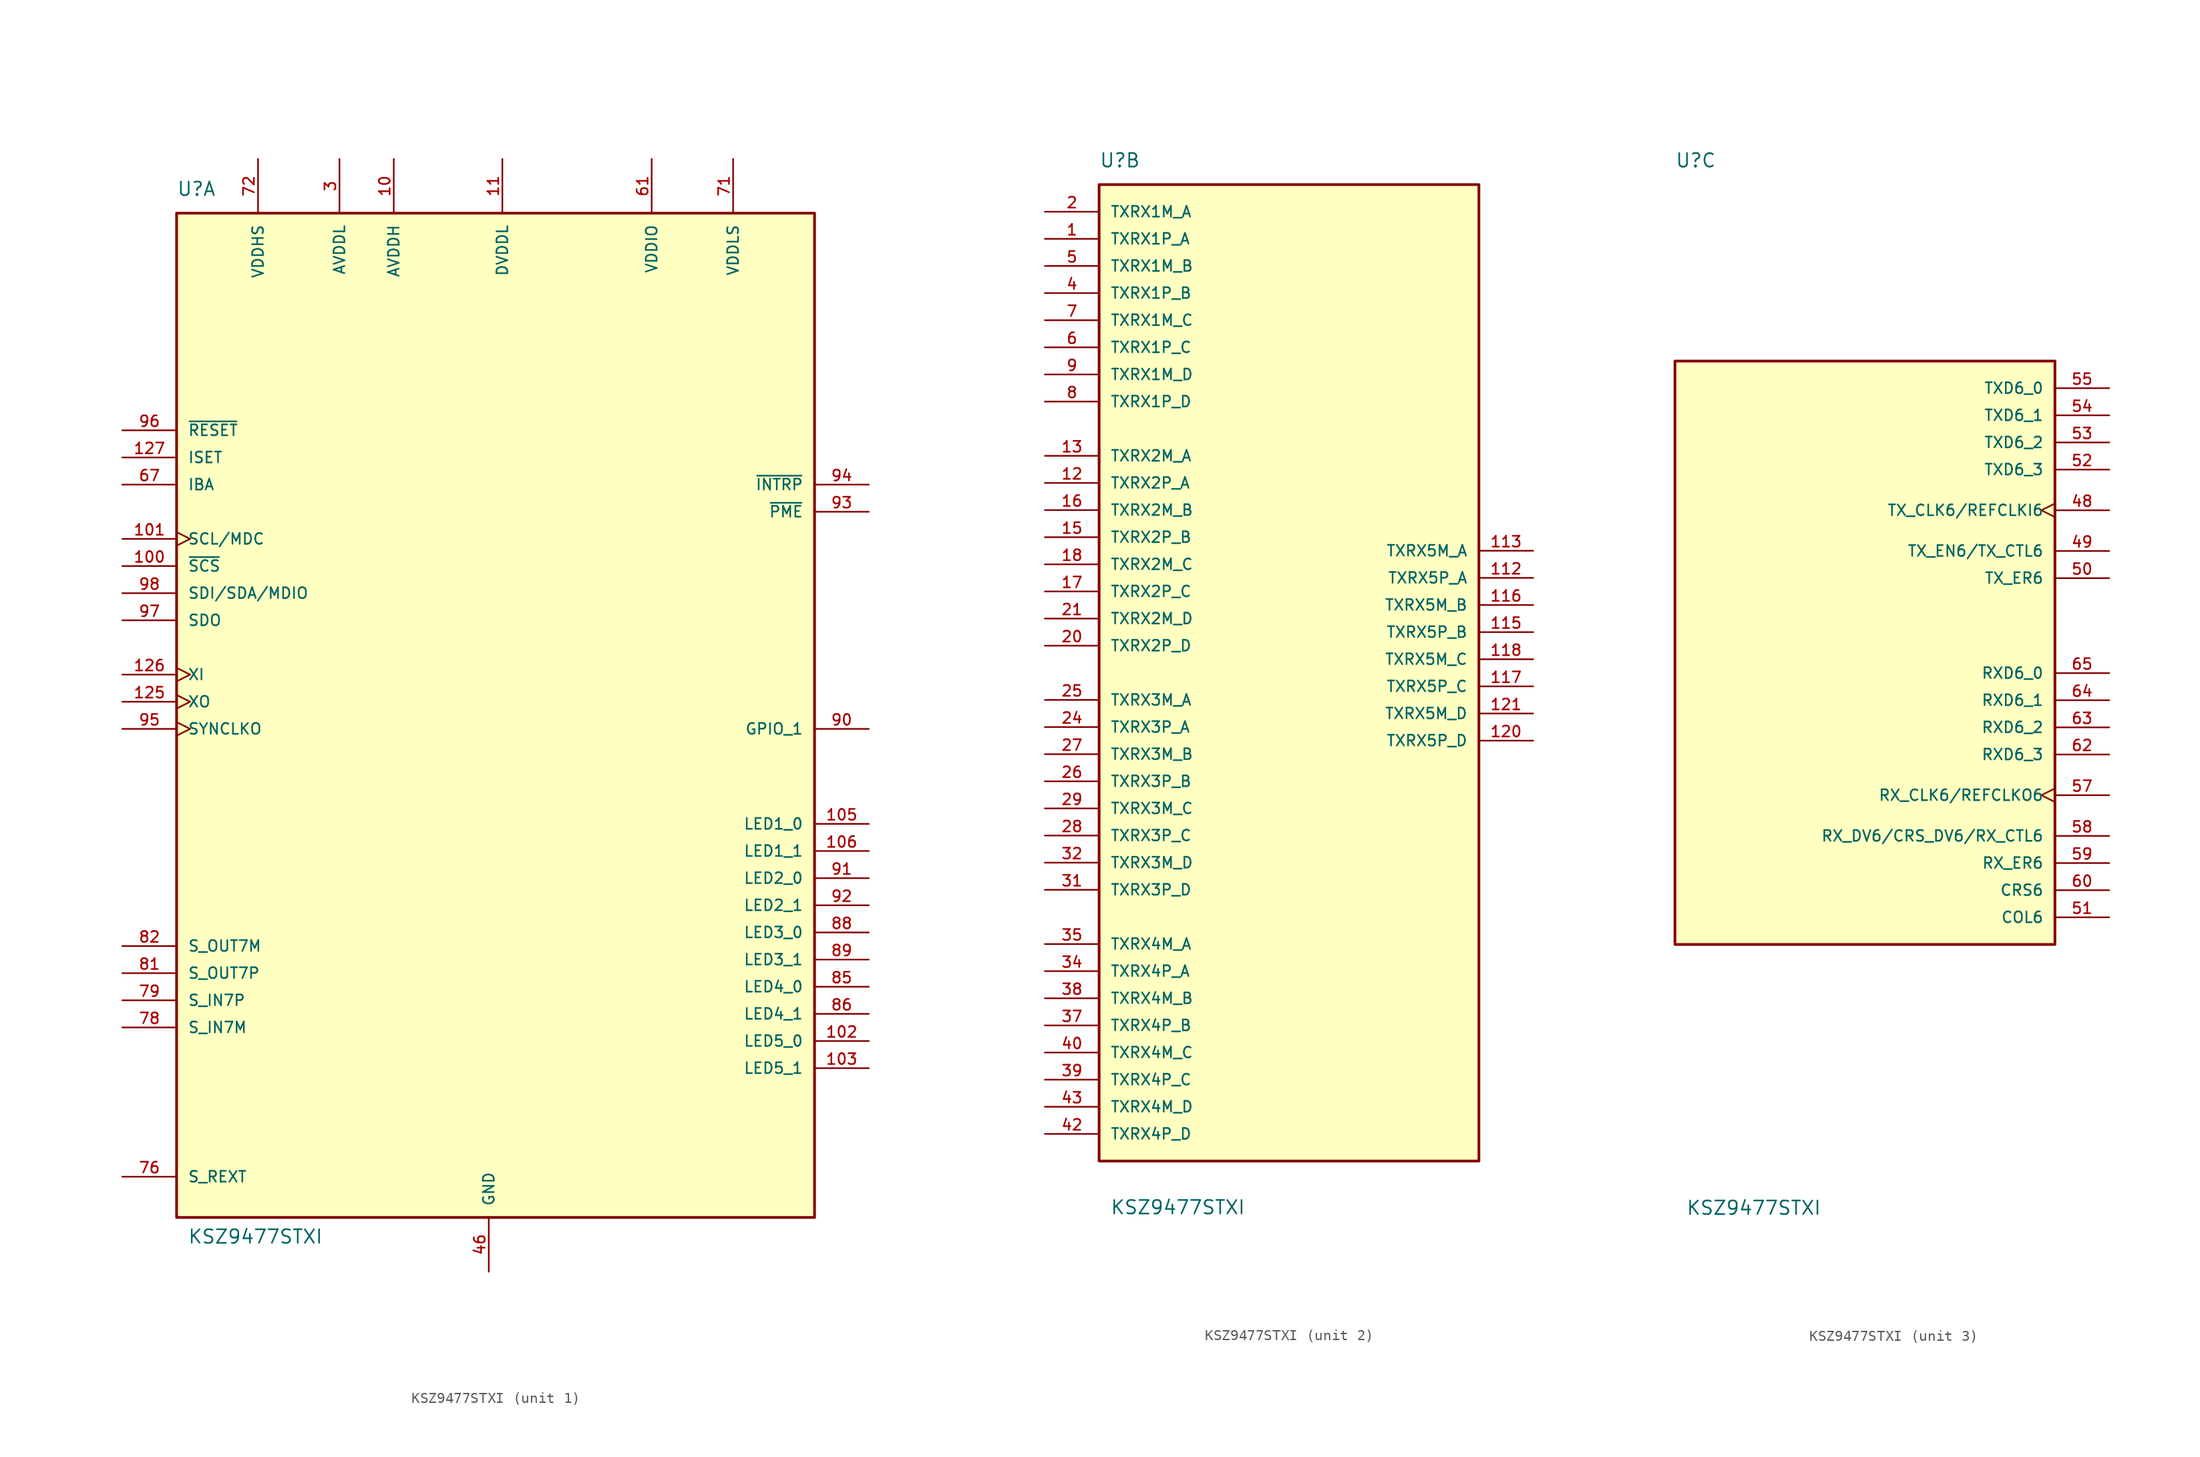
<source format=kicad_sym>
(kicad_symbol_lib
  (version 20241209)
  (generator "kicad_symbol_editor")
  (generator_version "9.0")
  (symbol "KSZ9477STXI"
    (pin_names
      (offset 1.016))
    (property "Reference" "U"
      (at -17.78 34.544 0)
      (effects (font (size 1.27 1.27)) (justify left bottom)))
    (property "Value" "KSZ9477STXI"
      (at -16.764 -63.5 0)
      (effects (font (size 1.27 1.27)) (justify left bottom)))
    (symbol "KSZ9477STXI_1_0"
      (rectangle (start -17.78 33.02) (end 41.91 -60.96) (stroke (width 0.254) (type solid)) (fill (type background)))
      (pin input line (at -22.86 12.7 0) (length 5.08) (name "~{RESET}" (effects (font (size 1.016 1.016)))) (number "96" (effects (font (size 1.016 1.016)))))
      (pin input line (at -22.86 10.16 0) (length 5.08) (name "ISET" (effects (font (size 1.016 1.016)))) (number "127" (effects (font (size 1.016 1.016)))))
      (pin input line (at -22.86 7.62 0) (length 5.08) (name "IBA" (effects (font (size 1.016 1.016)))) (number "67" (effects (font (size 1.016 1.016)))))
      (pin input clock (at -22.86 2.54 0) (length 5.08) (name "SCL/MDC" (effects (font (size 1.016 1.016)))) (number "101" (effects (font (size 1.016 1.016)))))
      (pin input line (at -22.86 0 0) (length 5.08) (name "~{SCS}" (effects (font (size 1.016 1.016)))) (number "100" (effects (font (size 1.016 1.016)))))
      (pin bidirectional line (at -22.86 -2.54 0) (length 5.08) (name "SDI/SDA/MDIO" (effects (font (size 1.016 1.016)))) (number "98" (effects (font (size 1.016 1.016)))))
      (pin output line (at -22.86 -5.08 0) (length 5.08) (name "SDO" (effects (font (size 1.016 1.016)))) (number "97" (effects (font (size 1.016 1.016)))))
      (pin input clock (at -22.86 -10.16 0) (length 5.08) (name "XI" (effects (font (size 1.016 1.016)))) (number "126" (effects (font (size 1.016 1.016)))))
      (pin output clock (at -22.86 -12.7 0) (length 5.08) (name "XO" (effects (font (size 1.016 1.016)))) (number "125" (effects (font (size 1.016 1.016)))))
      (pin bidirectional clock (at -22.86 -15.24 0) (length 5.08) (name "SYNCLKO" (effects (font (size 1.016 1.016)))) (number "95" (effects (font (size 1.016 1.016)))))
      (pin output line (at -22.86 -35.56 0) (length 5.08) (name "S_OUT7M" (effects (font (size 1.016 1.016)))) (number "82" (effects (font (size 1.016 1.016)))))
      (pin output line (at -22.86 -38.1 0) (length 5.08) (name "S_OUT7P" (effects (font (size 1.016 1.016)))) (number "81" (effects (font (size 1.016 1.016)))))
      (pin input line (at -22.86 -40.64 0) (length 5.08) (name "S_IN7P" (effects (font (size 1.016 1.016)))) (number "79" (effects (font (size 1.016 1.016)))))
      (pin input line (at -22.86 -43.18 0) (length 5.08) (name "S_IN7M" (effects (font (size 1.016 1.016)))) (number "78" (effects (font (size 1.016 1.016)))))
      (pin passive line (at -22.86 -57.15 0) (length 5.08) (name "S_REXT" (effects (font (size 1.016 1.016)))) (number "76" (effects (font (size 1.016 1.016)))))
      (pin power_in line (at -10.16 38.1 270) (length 5.08) (name "VDDHS" (effects (font (size 1.016 1.016)))) (number "72" (effects (font (size 1.016 1.016)))))
      (pin power_in line (at -10.16 38.1 270) (length 5.08) (hide yes) (name "VDDHS" (effects (font (size 1.016 1.016)))) (number "83" (effects (font (size 1.016 1.016)))))
      (pin power_in line (at -2.54 38.1 270) (length 5.08) (hide yes) (name "AVDDL" (effects (font (size 1.016 1.016)))) (number "114" (effects (font (size 1.016 1.016)))))
      (pin power_in line (at -2.54 38.1 270) (length 5.08) (hide yes) (name "AVDDL" (effects (font (size 1.016 1.016)))) (number "119" (effects (font (size 1.016 1.016)))))
      (pin power_in line (at -2.54 38.1 270) (length 5.08) (hide yes) (name "AVDDL" (effects (font (size 1.016 1.016)))) (number "124" (effects (font (size 1.016 1.016)))))
      (pin power_in line (at -2.54 38.1 270) (length 5.08) (hide yes) (name "AVDDL" (effects (font (size 1.016 1.016)))) (number "14" (effects (font (size 1.016 1.016)))))
      (pin power_in line (at -2.54 38.1 270) (length 5.08) (hide yes) (name "AVDDL" (effects (font (size 1.016 1.016)))) (number "19" (effects (font (size 1.016 1.016)))))
      (pin power_in line (at -2.54 38.1 270) (length 5.08) (name "AVDDL" (effects (font (size 1.016 1.016)))) (number "3" (effects (font (size 1.016 1.016)))))
      (pin power_in line (at -2.54 38.1 270) (length 5.08) (hide yes) (name "AVDDL" (effects (font (size 1.016 1.016)))) (number "30" (effects (font (size 1.016 1.016)))))
      (pin power_in line (at -2.54 38.1 270) (length 5.08) (hide yes) (name "AVDDL" (effects (font (size 1.016 1.016)))) (number "36" (effects (font (size 1.016 1.016)))))
      (pin power_in line (at -2.54 38.1 270) (length 5.08) (hide yes) (name "AVDDL" (effects (font (size 1.016 1.016)))) (number "41" (effects (font (size 1.016 1.016)))))
      (pin power_in line (at 2.54 38.1 270) (length 5.08) (name "AVDDH" (effects (font (size 1.016 1.016)))) (number "10" (effects (font (size 1.016 1.016)))))
      (pin power_in line (at 2.54 38.1 270) (length 5.08) (hide yes) (name "AVDDH" (effects (font (size 1.016 1.016)))) (number "111" (effects (font (size 1.016 1.016)))))
      (pin power_in line (at 2.54 38.1 270) (length 5.08) (hide yes) (name "AVDDH" (effects (font (size 1.016 1.016)))) (number "122" (effects (font (size 1.016 1.016)))))
      (pin power_in line (at 2.54 38.1 270) (length 5.08) (hide yes) (name "AVDDH" (effects (font (size 1.016 1.016)))) (number "128" (effects (font (size 1.016 1.016)))))
      (pin power_in line (at 2.54 38.1 270) (length 5.08) (hide yes) (name "AVDDH" (effects (font (size 1.016 1.016)))) (number "22" (effects (font (size 1.016 1.016)))))
      (pin power_in line (at 2.54 38.1 270) (length 5.08) (hide yes) (name "AVDDH" (effects (font (size 1.016 1.016)))) (number "33" (effects (font (size 1.016 1.016)))))
      (pin power_in line (at 2.54 38.1 270) (length 5.08) (hide yes) (name "AVDDH" (effects (font (size 1.016 1.016)))) (number "44" (effects (font (size 1.016 1.016)))))
      (pin power_in line (at 11.43 -66.04 90) (length 5.08) (hide yes) (name "GND__6" (effects (font (size 1.016 1.016)))) (number "107" (effects (font (size 1.016 1.016)))))
      (pin power_in line (at 11.43 -66.04 90) (length 5.08) (hide yes) (name "GND__7" (effects (font (size 1.016 1.016)))) (number "109" (effects (font (size 1.016 1.016)))))
      (pin power_in line (at 11.43 -66.04 90) (length 5.08) (hide yes) (name "GND__8" (effects (font (size 1.016 1.016)))) (number "123" (effects (font (size 1.016 1.016)))))
      (pin power_in line (at 11.43 -66.04 90) (length 5.08) (hide yes) (name "GND__9" (effects (font (size 1.016 1.016)))) (number "129" (effects (font (size 1.016 1.016)))))
      (pin power_in line (at 11.43 -66.04 90) (length 5.08) (name "GND" (effects (font (size 1.016 1.016)))) (number "46" (effects (font (size 1.016 1.016)))))
      (pin power_in line (at 11.43 -66.04 90) (length 5.08) (hide yes) (name "GND__1" (effects (font (size 1.016 1.016)))) (number "47" (effects (font (size 1.016 1.016)))))
      (pin power_in line (at 11.43 -66.04 90) (length 5.08) (hide yes) (name "GND__2" (effects (font (size 1.016 1.016)))) (number "69" (effects (font (size 1.016 1.016)))))
      (pin power_in line (at 11.43 -66.04 90) (length 5.08) (hide yes) (name "GND__3" (effects (font (size 1.016 1.016)))) (number "75" (effects (font (size 1.016 1.016)))))
      (pin power_in line (at 11.43 -66.04 90) (length 5.08) (hide yes) (name "GND__4" (effects (font (size 1.016 1.016)))) (number "77" (effects (font (size 1.016 1.016)))))
      (pin power_in line (at 11.43 -66.04 90) (length 5.08) (hide yes) (name "GND__5" (effects (font (size 1.016 1.016)))) (number "80" (effects (font (size 1.016 1.016)))))
      (pin power_in line (at 12.7 38.1 270) (length 5.08) (hide yes) (name "DVDDL" (effects (font (size 1.016 1.016)))) (number "104" (effects (font (size 1.016 1.016)))))
      (pin power_in line (at 12.7 38.1 270) (length 5.08) (name "DVDDL" (effects (font (size 1.016 1.016)))) (number "11" (effects (font (size 1.016 1.016)))))
      (pin power_in line (at 12.7 38.1 270) (length 5.08) (hide yes) (name "DVDDL" (effects (font (size 1.016 1.016)))) (number "110" (effects (font (size 1.016 1.016)))))
      (pin power_in line (at 12.7 38.1 270) (length 5.08) (hide yes) (name "DVDDL" (effects (font (size 1.016 1.016)))) (number "23" (effects (font (size 1.016 1.016)))))
      (pin power_in line (at 12.7 38.1 270) (length 5.08) (hide yes) (name "DVDDL" (effects (font (size 1.016 1.016)))) (number "45" (effects (font (size 1.016 1.016)))))
      (pin power_in line (at 12.7 38.1 270) (length 5.08) (hide yes) (name "DVDDL" (effects (font (size 1.016 1.016)))) (number "56" (effects (font (size 1.016 1.016)))))
      (pin power_in line (at 12.7 38.1 270) (length 5.08) (hide yes) (name "DVDDL" (effects (font (size 1.016 1.016)))) (number "66" (effects (font (size 1.016 1.016)))))
      (pin power_in line (at 12.7 38.1 270) (length 5.08) (hide yes) (name "DVDDL" (effects (font (size 1.016 1.016)))) (number "70" (effects (font (size 1.016 1.016)))))
      (pin power_in line (at 12.7 38.1 270) (length 5.08) (hide yes) (name "DVDDL" (effects (font (size 1.016 1.016)))) (number "87" (effects (font (size 1.016 1.016)))))
      (pin power_in line (at 26.67 38.1 270) (length 5.08) (name "VDDIO" (effects (font (size 1.016 1.016)))) (number "61" (effects (font (size 1.016 1.016)))))
      (pin power_in line (at 26.67 38.1 270) (length 5.08) (hide yes) (name "VDDIO" (effects (font (size 1.016 1.016)))) (number "68" (effects (font (size 1.016 1.016)))))
      (pin power_in line (at 26.67 38.1 270) (length 5.08) (hide yes) (name "VDDIO" (effects (font (size 1.016 1.016)))) (number "99" (effects (font (size 1.016 1.016)))))
      (pin power_in line (at 34.29 38.1 270) (length 5.08) (name "VDDLS" (effects (font (size 1.016 1.016)))) (number "71" (effects (font (size 1.016 1.016)))))
      (pin power_in line (at 34.29 38.1 270) (length 5.08) (hide yes) (name "VDDLS" (effects (font (size 1.016 1.016)))) (number "84" (effects (font (size 1.016 1.016)))))
      (pin output line (at 46.99 7.62 180) (length 5.08) (name "~{INTRP}" (effects (font (size 1.016 1.016)))) (number "94" (effects (font (size 1.016 1.016)))))
      (pin output line (at 46.99 5.08 180) (length 5.08) (name "~{PME}" (effects (font (size 1.016 1.016)))) (number "93" (effects (font (size 1.016 1.016)))))
      (pin bidirectional line (at 46.99 -15.24 180) (length 5.08) (name "GPIO_1" (effects (font (size 1.016 1.016)))) (number "90" (effects (font (size 1.016 1.016)))))
      (pin bidirectional line (at 46.99 -24.13 180) (length 5.08) (name "LED1_0" (effects (font (size 1.016 1.016)))) (number "105" (effects (font (size 1.016 1.016)))))
      (pin bidirectional line (at 46.99 -26.67 180) (length 5.08) (name "LED1_1" (effects (font (size 1.016 1.016)))) (number "106" (effects (font (size 1.016 1.016)))))
      (pin bidirectional line (at 46.99 -29.21 180) (length 5.08) (name "LED2_0" (effects (font (size 1.016 1.016)))) (number "91" (effects (font (size 1.016 1.016)))))
      (pin bidirectional line (at 46.99 -31.75 180) (length 5.08) (name "LED2_1" (effects (font (size 1.016 1.016)))) (number "92" (effects (font (size 1.016 1.016)))))
      (pin bidirectional line (at 46.99 -34.29 180) (length 5.08) (name "LED3_0" (effects (font (size 1.016 1.016)))) (number "88" (effects (font (size 1.016 1.016)))))
      (pin bidirectional line (at 46.99 -36.83 180) (length 5.08) (name "LED3_1" (effects (font (size 1.016 1.016)))) (number "89" (effects (font (size 1.016 1.016)))))
      (pin bidirectional line (at 46.99 -39.37 180) (length 5.08) (name "LED4_0" (effects (font (size 1.016 1.016)))) (number "85" (effects (font (size 1.016 1.016)))))
      (pin bidirectional line (at 46.99 -41.91 180) (length 5.08) (name "LED4_1" (effects (font (size 1.016 1.016)))) (number "86" (effects (font (size 1.016 1.016)))))
      (pin bidirectional line (at 46.99 -44.45 180) (length 5.08) (name "LED5_0" (effects (font (size 1.016 1.016)))) (number "102" (effects (font (size 1.016 1.016)))))
      (pin bidirectional line (at 46.99 -46.99 180) (length 5.08) (name "LED5_1" (effects (font (size 1.016 1.016)))) (number "103" (effects (font (size 1.016 1.016))))))
    (symbol "KSZ9477STXI_2_0"
      (rectangle (start -17.78 33.02) (end 17.78 -58.42) (stroke (width 0.254) (type default)) (fill (type background)))
      (pin bidirectional line (at -22.86 30.48 0) (length 5.08) (name "TXRX1M_A" (effects (font (size 1.016 1.016)))) (number "2" (effects (font (size 1.016 1.016)))))
      (pin bidirectional line (at -22.86 27.94 0) (length 5.08) (name "TXRX1P_A" (effects (font (size 1.016 1.016)))) (number "1" (effects (font (size 1.016 1.016)))))
      (pin bidirectional line (at -22.86 25.4 0) (length 5.08) (name "TXRX1M_B" (effects (font (size 1.016 1.016)))) (number "5" (effects (font (size 1.016 1.016)))))
      (pin bidirectional line (at -22.86 22.86 0) (length 5.08) (name "TXRX1P_B" (effects (font (size 1.016 1.016)))) (number "4" (effects (font (size 1.016 1.016)))))
      (pin bidirectional line (at -22.86 20.32 0) (length 5.08) (name "TXRX1M_C" (effects (font (size 1.016 1.016)))) (number "7" (effects (font (size 1.016 1.016)))))
      (pin bidirectional line (at -22.86 17.78 0) (length 5.08) (name "TXRX1P_C" (effects (font (size 1.016 1.016)))) (number "6" (effects (font (size 1.016 1.016)))))
      (pin bidirectional line (at -22.86 15.24 0) (length 5.08) (name "TXRX1M_D" (effects (font (size 1.016 1.016)))) (number "9" (effects (font (size 1.016 1.016)))))
      (pin bidirectional line (at -22.86 12.7 0) (length 5.08) (name "TXRX1P_D" (effects (font (size 1.016 1.016)))) (number "8" (effects (font (size 1.016 1.016)))))
      (pin bidirectional line (at -22.86 7.62 0) (length 5.08) (name "TXRX2M_A" (effects (font (size 1.016 1.016)))) (number "13" (effects (font (size 1.016 1.016)))))
      (pin bidirectional line (at -22.86 5.08 0) (length 5.08) (name "TXRX2P_A" (effects (font (size 1.016 1.016)))) (number "12" (effects (font (size 1.016 1.016)))))
      (pin bidirectional line (at -22.86 2.54 0) (length 5.08) (name "TXRX2M_B" (effects (font (size 1.016 1.016)))) (number "16" (effects (font (size 1.016 1.016)))))
      (pin bidirectional line (at -22.86 0 0) (length 5.08) (name "TXRX2P_B" (effects (font (size 1.016 1.016)))) (number "15" (effects (font (size 1.016 1.016)))))
      (pin bidirectional line (at -22.86 -2.54 0) (length 5.08) (name "TXRX2M_C" (effects (font (size 1.016 1.016)))) (number "18" (effects (font (size 1.016 1.016)))))
      (pin bidirectional line (at -22.86 -5.08 0) (length 5.08) (name "TXRX2P_C" (effects (font (size 1.016 1.016)))) (number "17" (effects (font (size 1.016 1.016)))))
      (pin bidirectional line (at -22.86 -7.62 0) (length 5.08) (name "TXRX2M_D" (effects (font (size 1.016 1.016)))) (number "21" (effects (font (size 1.016 1.016)))))
      (pin bidirectional line (at -22.86 -10.16 0) (length 5.08) (name "TXRX2P_D" (effects (font (size 1.016 1.016)))) (number "20" (effects (font (size 1.016 1.016)))))
      (pin bidirectional line (at -22.86 -15.24 0) (length 5.08) (name "TXRX3M_A" (effects (font (size 1.016 1.016)))) (number "25" (effects (font (size 1.016 1.016)))))
      (pin bidirectional line (at -22.86 -17.78 0) (length 5.08) (name "TXRX3P_A" (effects (font (size 1.016 1.016)))) (number "24" (effects (font (size 1.016 1.016)))))
      (pin bidirectional line (at -22.86 -20.32 0) (length 5.08) (name "TXRX3M_B" (effects (font (size 1.016 1.016)))) (number "27" (effects (font (size 1.016 1.016)))))
      (pin bidirectional line (at -22.86 -22.86 0) (length 5.08) (name "TXRX3P_B" (effects (font (size 1.016 1.016)))) (number "26" (effects (font (size 1.016 1.016)))))
      (pin bidirectional line (at -22.86 -25.4 0) (length 5.08) (name "TXRX3M_C" (effects (font (size 1.016 1.016)))) (number "29" (effects (font (size 1.016 1.016)))))
      (pin bidirectional line (at -22.86 -27.94 0) (length 5.08) (name "TXRX3P_C" (effects (font (size 1.016 1.016)))) (number "28" (effects (font (size 1.016 1.016)))))
      (pin bidirectional line (at -22.86 -30.48 0) (length 5.08) (name "TXRX3M_D" (effects (font (size 1.016 1.016)))) (number "32" (effects (font (size 1.016 1.016)))))
      (pin bidirectional line (at -22.86 -33.02 0) (length 5.08) (name "TXRX3P_D" (effects (font (size 1.016 1.016)))) (number "31" (effects (font (size 1.016 1.016)))))
      (pin bidirectional line (at -22.86 -38.1 0) (length 5.08) (name "TXRX4M_A" (effects (font (size 1.016 1.016)))) (number "35" (effects (font (size 1.016 1.016)))))
      (pin bidirectional line (at -22.86 -40.64 0) (length 5.08) (name "TXRX4P_A" (effects (font (size 1.016 1.016)))) (number "34" (effects (font (size 1.016 1.016)))))
      (pin bidirectional line (at -22.86 -43.18 0) (length 5.08) (name "TXRX4M_B" (effects (font (size 1.016 1.016)))) (number "38" (effects (font (size 1.016 1.016)))))
      (pin bidirectional line (at -22.86 -45.72 0) (length 5.08) (name "TXRX4P_B" (effects (font (size 1.016 1.016)))) (number "37" (effects (font (size 1.016 1.016)))))
      (pin bidirectional line (at -22.86 -48.26 0) (length 5.08) (name "TXRX4M_C" (effects (font (size 1.016 1.016)))) (number "40" (effects (font (size 1.016 1.016)))))
      (pin bidirectional line (at -22.86 -50.8 0) (length 5.08) (name "TXRX4P_C" (effects (font (size 1.016 1.016)))) (number "39" (effects (font (size 1.016 1.016)))))
      (pin bidirectional line (at -22.86 -53.34 0) (length 5.08) (name "TXRX4M_D" (effects (font (size 1.016 1.016)))) (number "43" (effects (font (size 1.016 1.016)))))
      (pin bidirectional line (at -22.86 -55.88 0) (length 5.08) (name "TXRX4P_D" (effects (font (size 1.016 1.016)))) (number "42" (effects (font (size 1.016 1.016)))))
      (pin bidirectional line (at 22.86 -1.27 180) (length 5.08) (name "TXRX5M_A" (effects (font (size 1.016 1.016)))) (number "113" (effects (font (size 1.016 1.016)))))
      (pin bidirectional line (at 22.86 -3.81 180) (length 5.08) (name "TXRX5P_A" (effects (font (size 1.016 1.016)))) (number "112" (effects (font (size 1.016 1.016)))))
      (pin bidirectional line (at 22.86 -6.35 180) (length 5.08) (name "TXRX5M_B" (effects (font (size 1.016 1.016)))) (number "116" (effects (font (size 1.016 1.016)))))
      (pin bidirectional line (at 22.86 -8.89 180) (length 5.08) (name "TXRX5P_B" (effects (font (size 1.016 1.016)))) (number "115" (effects (font (size 1.016 1.016)))))
      (pin bidirectional line (at 22.86 -11.43 180) (length 5.08) (name "TXRX5M_C" (effects (font (size 1.016 1.016)))) (number "118" (effects (font (size 1.016 1.016)))))
      (pin bidirectional line (at 22.86 -13.97 180) (length 5.08) (name "TXRX5P_C" (effects (font (size 1.016 1.016)))) (number "117" (effects (font (size 1.016 1.016)))))
      (pin bidirectional line (at 22.86 -16.51 180) (length 5.08) (name "TXRX5M_D" (effects (font (size 1.016 1.016)))) (number "121" (effects (font (size 1.016 1.016)))))
      (pin bidirectional line (at 22.86 -19.05 180) (length 5.08) (name "TXRX5P_D" (effects (font (size 1.016 1.016)))) (number "120" (effects (font (size 1.016 1.016))))))
    (symbol "KSZ9477STXI_3_0"
      (rectangle (start -17.78 16.51) (end 17.78 -38.1) (stroke (width 0.254) (type default)) (fill (type background)))
      (pin input line (at 22.86 13.97 180) (length 5.08) (name "TXD6_0" (effects (font (size 1.016 1.016)))) (number "55" (effects (font (size 1.016 1.016)))))
      (pin input line (at 22.86 11.43 180) (length 5.08) (name "TXD6_1" (effects (font (size 1.016 1.016)))) (number "54" (effects (font (size 1.016 1.016)))))
      (pin input line (at 22.86 8.89 180) (length 5.08) (name "TXD6_2" (effects (font (size 1.016 1.016)))) (number "53" (effects (font (size 1.016 1.016)))))
      (pin input line (at 22.86 6.35 180) (length 5.08) (name "TXD6_3" (effects (font (size 1.016 1.016)))) (number "52" (effects (font (size 1.016 1.016)))))
      (pin bidirectional clock (at 22.86 2.54 180) (length 5.08) (name "TX_CLK6/REFCLKI6" (effects (font (size 1.016 1.016)))) (number "48" (effects (font (size 1.016 1.016)))))
      (pin input line (at 22.86 -1.27 180) (length 5.08) (name "TX_EN6/TX_CTL6" (effects (font (size 1.016 1.016)))) (number "49" (effects (font (size 1.016 1.016)))))
      (pin input line (at 22.86 -3.81 180) (length 5.08) (name "TX_ER6" (effects (font (size 1.016 1.016)))) (number "50" (effects (font (size 1.016 1.016)))))
      (pin bidirectional line (at 22.86 -12.7 180) (length 5.08) (name "RXD6_0" (effects (font (size 1.016 1.016)))) (number "65" (effects (font (size 1.016 1.016)))))
      (pin bidirectional line (at 22.86 -15.24 180) (length 5.08) (name "RXD6_1" (effects (font (size 1.016 1.016)))) (number "64" (effects (font (size 1.016 1.016)))))
      (pin bidirectional line (at 22.86 -17.78 180) (length 5.08) (name "RXD6_2" (effects (font (size 1.016 1.016)))) (number "63" (effects (font (size 1.016 1.016)))))
      (pin bidirectional line (at 22.86 -20.32 180) (length 5.08) (name "RXD6_3" (effects (font (size 1.016 1.016)))) (number "62" (effects (font (size 1.016 1.016)))))
      (pin bidirectional clock (at 22.86 -24.13 180) (length 5.08) (name "RX_CLK6/REFCLKO6" (effects (font (size 1.016 1.016)))) (number "57" (effects (font (size 1.016 1.016)))))
      (pin bidirectional line (at 22.86 -27.94 180) (length 5.08) (name "RX_DV6/CRS_DV6/RX_CTL6" (effects (font (size 1.016 1.016)))) (number "58" (effects (font (size 1.016 1.016)))))
      (pin bidirectional line (at 22.86 -30.48 180) (length 5.08) (name "RX_ER6" (effects (font (size 1.016 1.016)))) (number "59" (effects (font (size 1.016 1.016)))))
      (pin bidirectional line (at 22.86 -33.02 180) (length 5.08) (name "CRS6" (effects (font (size 1.016 1.016)))) (number "60" (effects (font (size 1.016 1.016)))))
      (pin bidirectional line (at 22.86 -35.56 180) (length 5.08) (name "COL6" (effects (font (size 1.016 1.016)))) (number "51" (effects (font (size 1.016 1.016))))))))
</source>
